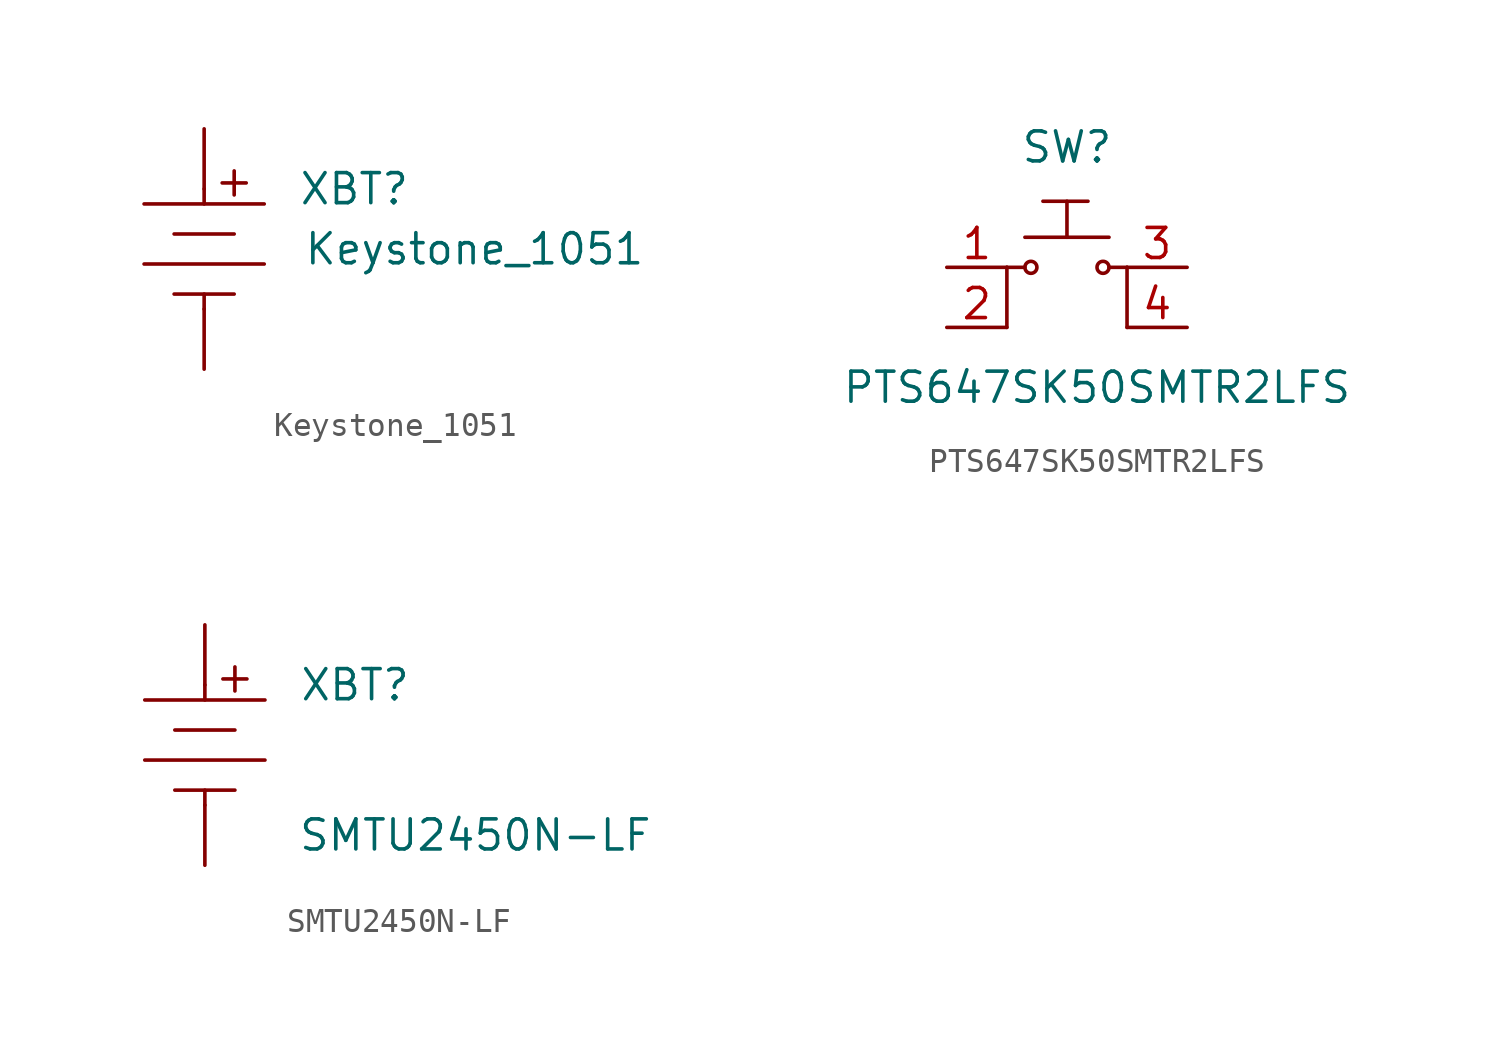
<source format=kicad_sym>
(kicad_symbol_lib
  (version 20211014)
  (generator kicad_symbol_editor)
  (symbol "Keystone_1051"
    (pin_numbers hide)
    (pin_names hide)
    (property "Reference" "XBT"
      (at 6.35 2.54 0)
      (effects (font (size 1.27 1.27))))
    (property "Value" "Keystone_1051"
      (at 11.43 0 0)
      (effects (font (size 1.27 1.27))))
    (symbol "Keystone_1051_1_1"
      (polyline (pts (xy 0 -2.54) (xy 0 -1.905)) (stroke (width 0) (type default) (color 0 0 0 0)) (fill (type none)))
      (polyline (pts (xy 0 1.905) (xy 0 2.54)) (stroke (width 0) (type default) (color 0 0 0 0)) (fill (type none)))
      (polyline (pts (xy 1.27 -1.905) (xy -1.27 -1.905)) (stroke (width 0) (type default) (color 0 0 0 0)) (fill (type none)))
      (polyline (pts (xy 1.27 0.635) (xy -1.27 0.635)) (stroke (width 0) (type default) (color 0 0 0 0)) (fill (type none)))
      (polyline (pts (xy 1.27 2.286) (xy 1.27 3.302)) (stroke (width 0) (type default) (color 0 0 0 0)) (fill (type none)))
      (polyline (pts (xy 1.778 2.794) (xy 0.762 2.794)) (stroke (width 0) (type default) (color 0 0 0 0)) (fill (type none)))
      (polyline (pts (xy 2.54 -0.635) (xy -2.54 -0.635)) (stroke (width 0) (type default) (color 0 0 0 0)) (fill (type none)))
      (polyline (pts (xy 2.54 1.905) (xy -2.54 1.905)) (stroke (width 0) (type default) (color 0 0 0 0)) (fill (type none)))
      (pin power_out line (at 0 5.08 270) (length 2.54) (name "~" (effects (font (size 1.27 1.27)))) (number "1" (effects (font (size 1.27 1.27)))))
      (pin power_out line (at 0 -5.08 90) (length 2.54) (name "~" (effects (font (size 1.27 1.27)))) (number "2" (effects (font (size 1.27 1.27)))))))
  (symbol "PTS647SK50SMTR2LFS"
    (pin_names
      (offset 1) hide)
    (property "Reference" "SW"
      (at 0 5.08 0)
      (effects (font (size 1.27 1.27))))
    (property "Value" "PTS647SK50SMTR2LFS"
      (at 1.27 -5.08 0)
      (effects (font (size 1.27 1.27))))
    (symbol "PTS647SK50SMTR2LFS_0_1"
      (circle (center -1.524 0) (radius 0.254) (stroke (width 0) (type default) (color 0 0 0 0)) (fill (type none)))
      (polyline (pts (xy -2.54 -2.54) (xy -2.54 0)) (stroke (width 0) (type default) (color 0 0 0 0)) (fill (type none)))
      (polyline (pts (xy -1.778 0) (xy -2.54 0)) (stroke (width 0) (type default) (color 0 0 0 0)) (fill (type none)))
      (polyline (pts (xy -1.778 1.27) (xy 1.778 1.27)) (stroke (width 0) (type default) (color 0 0 0 0)) (fill (type none)))
      (polyline (pts (xy 2.54 -2.54) (xy 2.54 0)) (stroke (width 0) (type default) (color 0 0 0 0)) (fill (type none)))
      (polyline (pts (xy 2.54 0) (xy 1.778 0)) (stroke (width 0) (type default) (color 0 0 0 0)) (fill (type none)))
      (circle (center 1.524 0) (radius 0.254) (stroke (width 0) (type default) (color 0 0 0 0)) (fill (type none))))
    (symbol "PTS647SK50SMTR2LFS_1_1"
      (polyline (pts (xy -1.016 2.794) (xy 0.889 2.794)) (stroke (width 0) (type default) (color 0 0 0 0)) (fill (type none)))
      (polyline (pts (xy 0 2.794) (xy 0 1.27)) (stroke (width 0) (type default) (color 0 0 0 0)) (fill (type none)))
      (pin passive line (at -5.08 0 0) (length 2.54) (name "~" (effects (font (size 1.27 1.27)))) (number "1" (effects (font (size 1.27 1.27)))))
      (pin passive line (at -5.08 -2.54 0) (length 2.54) (name "~" (effects (font (size 1.27 1.27)))) (number "2" (effects (font (size 1.27 1.27)))))
      (pin passive line (at 5.08 0 180) (length 2.54) (name "~" (effects (font (size 1.27 1.27)))) (number "3" (effects (font (size 1.27 1.27)))))
      (pin passive line (at 5.08 -2.54 180) (length 2.54) (name "~" (effects (font (size 1.27 1.27)))) (number "4" (effects (font (size 1.27 1.27)))))))
  (symbol "SMTU2450N-LF"
    (pin_numbers hide)
    (pin_names hide)
    (property "Reference" "XBT"
      (at 6.35 2.54 0)
      (effects (font (size 1.27 1.27))))
    (property "Value" "SMTU2450N-LF"
      (at 11.43 -3.81 0)
      (effects (font (size 1.27 1.27))))
    (symbol "SMTU2450N-LF_1_1"
      (polyline (pts (xy 0 -2.54) (xy 0 -1.905)) (stroke (width 0) (type default) (color 0 0 0 0)) (fill (type none)))
      (polyline (pts (xy 0 1.905) (xy 0 2.54)) (stroke (width 0) (type default) (color 0 0 0 0)) (fill (type none)))
      (polyline (pts (xy 1.27 -1.905) (xy -1.27 -1.905)) (stroke (width 0) (type default) (color 0 0 0 0)) (fill (type none)))
      (polyline (pts (xy 1.27 0.635) (xy -1.27 0.635)) (stroke (width 0) (type default) (color 0 0 0 0)) (fill (type none)))
      (polyline (pts (xy 1.27 2.286) (xy 1.27 3.302)) (stroke (width 0) (type default) (color 0 0 0 0)) (fill (type none)))
      (polyline (pts (xy 1.778 2.794) (xy 0.762 2.794)) (stroke (width 0) (type default) (color 0 0 0 0)) (fill (type none)))
      (polyline (pts (xy 2.54 -0.635) (xy -2.54 -0.635)) (stroke (width 0) (type default) (color 0 0 0 0)) (fill (type none)))
      (polyline (pts (xy 2.54 1.905) (xy -2.54 1.905)) (stroke (width 0) (type default) (color 0 0 0 0)) (fill (type none)))
      (pin power_out line (at 0 5.08 270) (length 2.54) (name "~" (effects (font (size 1.27 1.27)))) (number "1" (effects (font (size 1.27 1.27)))))
      (pin power_out line (at 0 -5.08 90) (length 2.54) (name "~" (effects (font (size 1.27 1.27)))) (number "2" (effects (font (size 1.27 1.27))))))))
</source>
